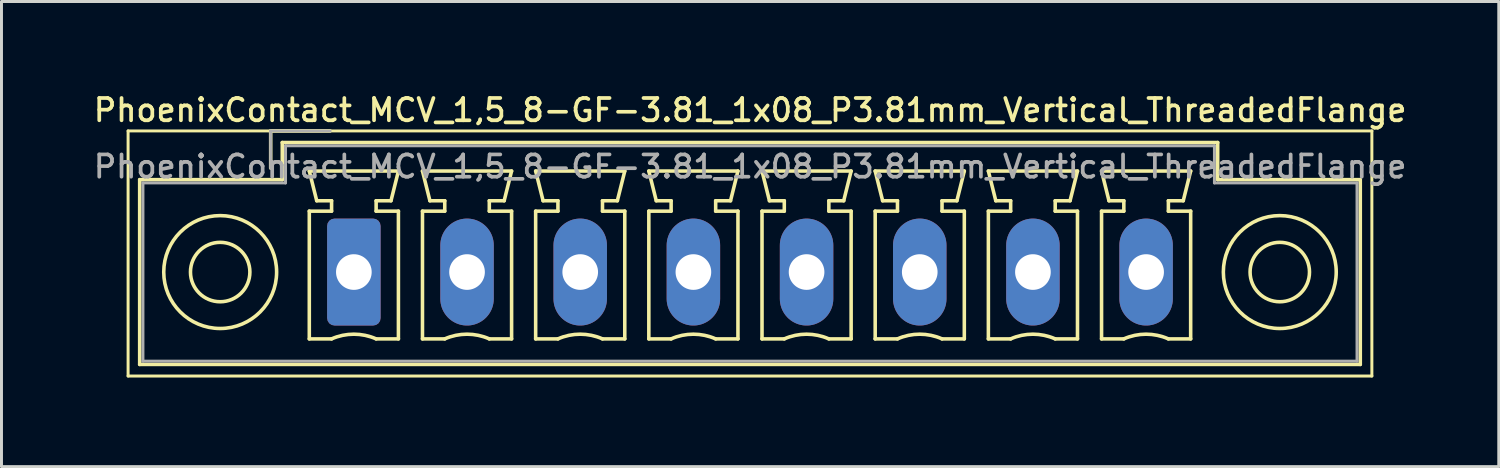
<source format=kicad_pcb>
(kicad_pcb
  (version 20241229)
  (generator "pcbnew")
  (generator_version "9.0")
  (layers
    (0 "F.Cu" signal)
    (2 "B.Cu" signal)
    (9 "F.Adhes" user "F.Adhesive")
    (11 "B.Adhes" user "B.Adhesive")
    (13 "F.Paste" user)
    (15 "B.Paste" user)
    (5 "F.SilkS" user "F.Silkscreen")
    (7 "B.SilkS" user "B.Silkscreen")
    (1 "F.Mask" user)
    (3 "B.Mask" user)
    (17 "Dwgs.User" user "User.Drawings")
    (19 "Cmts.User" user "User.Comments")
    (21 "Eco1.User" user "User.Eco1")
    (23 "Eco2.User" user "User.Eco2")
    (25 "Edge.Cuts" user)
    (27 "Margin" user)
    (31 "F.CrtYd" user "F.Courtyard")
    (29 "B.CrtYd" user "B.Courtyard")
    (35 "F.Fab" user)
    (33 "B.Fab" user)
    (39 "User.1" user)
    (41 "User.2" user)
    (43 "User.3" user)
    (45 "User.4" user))
  (footprint "PhoenixContact_MCV_1,5_8-GF-3.81_1x08_P3.81mm_Vertical_ThreadedFlange"
    (layer "F.Cu")
    (at 8.862 6.108)
    (property "Reference" "PhoenixContact_MCV_1,5_8-GF-3.81_1x08_P3.81mm_Vertical_ThreadedFlange" (at 13.34 -5.45 0) (layer "F.SilkS") (effects (font (size 0.75 0.75) (thickness 0.125))))
    (attr through_hole)
    (fp_line (start -7.6 -4.75) (end -7.6 3.5) (stroke (width 0.1) (type solid)) (layer "F.SilkS"))
    (fp_line (start -7.6 3.5) (end 34.27 3.5) (stroke (width 0.1) (type solid)) (layer "F.SilkS"))
    (fp_line (start -7.21 -3.11) (end -7.21 3.11) (stroke (width 0.12) (type solid)) (layer "F.SilkS"))
    (fp_line (start -7.21 3.11) (end 33.88 3.11) (stroke (width 0.12) (type solid)) (layer "F.SilkS"))
    (fp_line (start -2.8 -4.75) (end -0.8 -4.75) (stroke (width 0.12) (type solid)) (layer "F.SilkS"))
    (fp_line (start -2.8 -3.5) (end -2.8 -4.75) (stroke (width 0.12) (type solid)) (layer "F.SilkS"))
    (fp_line (start -2.41 -4.36) (end -2.41 -3.11) (stroke (width 0.12) (type solid)) (layer "F.SilkS"))
    (fp_line (start -2.41 -3.11) (end -7.21 -3.11) (stroke (width 0.12) (type solid)) (layer "F.SilkS"))
    (fp_line (start -1.5 -3.4) (end 1.5 -3.4) (stroke (width 0.12) (type solid)) (layer "F.SilkS"))
    (fp_line (start -1.5 -2.05) (end -0.75 -2.05) (stroke (width 0.12) (type solid)) (layer "F.SilkS"))
    (fp_line (start -1.5 2.25) (end -1.5 -2.05) (stroke (width 0.12) (type solid)) (layer "F.SilkS"))
    (fp_line (start -1.25 -2.4) (end -1.5 -3.4) (stroke (width 0.12) (type solid)) (layer "F.SilkS"))
    (fp_line (start -0.75 -2.4) (end -1.25 -2.4) (stroke (width 0.12) (type solid)) (layer "F.SilkS"))
    (fp_line (start -0.75 -2.05) (end -0.75 -2.4) (stroke (width 0.12) (type solid)) (layer "F.SilkS"))
    (fp_line (start -0.75 2.25) (end -1.5 2.25) (stroke (width 0.12) (type solid)) (layer "F.SilkS"))
    (fp_line (start 0.75 -2.4) (end 0.75 -2.05) (stroke (width 0.12) (type solid)) (layer "F.SilkS"))
    (fp_line (start 0.75 -2.05) (end 1.5 -2.05) (stroke (width 0.12) (type solid)) (layer "F.SilkS"))
    (fp_line (start 1.25 -2.4) (end 0.75 -2.4) (stroke (width 0.12) (type solid)) (layer "F.SilkS"))
    (fp_line (start 1.5 -3.4) (end 1.25 -2.4) (stroke (width 0.12) (type solid)) (layer "F.SilkS"))
    (fp_line (start 1.5 -2.05) (end 1.5 2.25) (stroke (width 0.12) (type solid)) (layer "F.SilkS"))
    (fp_line (start 1.5 2.25) (end 0.75 2.25) (stroke (width 0.12) (type solid)) (layer "F.SilkS"))
    (fp_line (start 2.31 -3.4) (end 5.31 -3.4) (stroke (width 0.12) (type solid)) (layer "F.SilkS"))
    (fp_line (start 2.31 -2.05) (end 3.06 -2.05) (stroke (width 0.12) (type solid)) (layer "F.SilkS"))
    (fp_line (start 2.31 2.25) (end 2.31 -2.05) (stroke (width 0.12) (type solid)) (layer "F.SilkS"))
    (fp_line (start 2.56 -2.4) (end 2.31 -3.4) (stroke (width 0.12) (type solid)) (layer "F.SilkS"))
    (fp_line (start 3.06 -2.4) (end 2.56 -2.4) (stroke (width 0.12) (type solid)) (layer "F.SilkS"))
    (fp_line (start 3.06 -2.05) (end 3.06 -2.4) (stroke (width 0.12) (type solid)) (layer "F.SilkS"))
    (fp_line (start 3.06 2.25) (end 2.31 2.25) (stroke (width 0.12) (type solid)) (layer "F.SilkS"))
    (fp_line (start 4.56 -2.4) (end 4.56 -2.05) (stroke (width 0.12) (type solid)) (layer "F.SilkS"))
    (fp_line (start 4.56 -2.05) (end 5.31 -2.05) (stroke (width 0.12) (type solid)) (layer "F.SilkS"))
    (fp_line (start 5.06 -2.4) (end 4.56 -2.4) (stroke (width 0.12) (type solid)) (layer "F.SilkS"))
    (fp_line (start 5.31 -3.4) (end 5.06 -2.4) (stroke (width 0.12) (type solid)) (layer "F.SilkS"))
    (fp_line (start 5.31 -2.05) (end 5.31 2.25) (stroke (width 0.12) (type solid)) (layer "F.SilkS"))
    (fp_line (start 5.31 2.25) (end 4.56 2.25) (stroke (width 0.12) (type solid)) (layer "F.SilkS"))
    (fp_line (start 6.12 -3.4) (end 9.12 -3.4) (stroke (width 0.12) (type solid)) (layer "F.SilkS"))
    (fp_line (start 6.12 -2.05) (end 6.87 -2.05) (stroke (width 0.12) (type solid)) (layer "F.SilkS"))
    (fp_line (start 6.12 2.25) (end 6.12 -2.05) (stroke (width 0.12) (type solid)) (layer "F.SilkS"))
    (fp_line (start 6.37 -2.4) (end 6.12 -3.4) (stroke (width 0.12) (type solid)) (layer "F.SilkS"))
    (fp_line (start 6.87 -2.4) (end 6.37 -2.4) (stroke (width 0.12) (type solid)) (layer "F.SilkS"))
    (fp_line (start 6.87 -2.05) (end 6.87 -2.4) (stroke (width 0.12) (type solid)) (layer "F.SilkS"))
    (fp_line (start 6.87 2.25) (end 6.12 2.25) (stroke (width 0.12) (type solid)) (layer "F.SilkS"))
    (fp_line (start 8.37 -2.4) (end 8.37 -2.05) (stroke (width 0.12) (type solid)) (layer "F.SilkS"))
    (fp_line (start 8.37 -2.05) (end 9.12 -2.05) (stroke (width 0.12) (type solid)) (layer "F.SilkS"))
    (fp_line (start 8.87 -2.4) (end 8.37 -2.4) (stroke (width 0.12) (type solid)) (layer "F.SilkS"))
    (fp_line (start 9.12 -3.4) (end 8.87 -2.4) (stroke (width 0.12) (type solid)) (layer "F.SilkS"))
    (fp_line (start 9.12 -2.05) (end 9.12 2.25) (stroke (width 0.12) (type solid)) (layer "F.SilkS"))
    (fp_line (start 9.12 2.25) (end 8.37 2.25) (stroke (width 0.12) (type solid)) (layer "F.SilkS"))
    (fp_line (start 9.93 -3.4) (end 12.93 -3.4) (stroke (width 0.12) (type solid)) (layer "F.SilkS"))
    (fp_line (start 9.93 -2.05) (end 10.68 -2.05) (stroke (width 0.12) (type solid)) (layer "F.SilkS"))
    (fp_line (start 9.93 2.25) (end 9.93 -2.05) (stroke (width 0.12) (type solid)) (layer "F.SilkS"))
    (fp_line (start 10.18 -2.4) (end 9.93 -3.4) (stroke (width 0.12) (type solid)) (layer "F.SilkS"))
    (fp_line (start 10.68 -2.4) (end 10.18 -2.4) (stroke (width 0.12) (type solid)) (layer "F.SilkS"))
    (fp_line (start 10.68 -2.05) (end 10.68 -2.4) (stroke (width 0.12) (type solid)) (layer "F.SilkS"))
    (fp_line (start 10.68 2.25) (end 9.93 2.25) (stroke (width 0.12) (type solid)) (layer "F.SilkS"))
    (fp_line (start 12.18 -2.4) (end 12.18 -2.05) (stroke (width 0.12) (type solid)) (layer "F.SilkS"))
    (fp_line (start 12.18 -2.05) (end 12.93 -2.05) (stroke (width 0.12) (type solid)) (layer "F.SilkS"))
    (fp_line (start 12.68 -2.4) (end 12.18 -2.4) (stroke (width 0.12) (type solid)) (layer "F.SilkS"))
    (fp_line (start 12.93 -3.4) (end 12.68 -2.4) (stroke (width 0.12) (type solid)) (layer "F.SilkS"))
    (fp_line (start 12.93 -2.05) (end 12.93 2.25) (stroke (width 0.12) (type solid)) (layer "F.SilkS"))
    (fp_line (start 12.93 2.25) (end 12.18 2.25) (stroke (width 0.12) (type solid)) (layer "F.SilkS"))
    (fp_line (start 13.74 -3.4) (end 16.74 -3.4) (stroke (width 0.12) (type solid)) (layer "F.SilkS"))
    (fp_line (start 13.74 -2.05) (end 14.49 -2.05) (stroke (width 0.12) (type solid)) (layer "F.SilkS"))
    (fp_line (start 13.74 2.25) (end 13.74 -2.05) (stroke (width 0.12) (type solid)) (layer "F.SilkS"))
    (fp_line (start 13.99 -2.4) (end 13.74 -3.4) (stroke (width 0.12) (type solid)) (layer "F.SilkS"))
    (fp_line (start 14.49 -2.4) (end 13.99 -2.4) (stroke (width 0.12) (type solid)) (layer "F.SilkS"))
    (fp_line (start 14.49 -2.05) (end 14.49 -2.4) (stroke (width 0.12) (type solid)) (layer "F.SilkS"))
    (fp_line (start 14.49 2.25) (end 13.74 2.25) (stroke (width 0.12) (type solid)) (layer "F.SilkS"))
    (fp_line (start 15.99 -2.4) (end 15.99 -2.05) (stroke (width 0.12) (type solid)) (layer "F.SilkS"))
    (fp_line (start 15.99 -2.05) (end 16.74 -2.05) (stroke (width 0.12) (type solid)) (layer "F.SilkS"))
    (fp_line (start 16.49 -2.4) (end 15.99 -2.4) (stroke (width 0.12) (type solid)) (layer "F.SilkS"))
    (fp_line (start 16.74 -3.4) (end 16.49 -2.4) (stroke (width 0.12) (type solid)) (layer "F.SilkS"))
    (fp_line (start 16.74 -2.05) (end 16.74 2.25) (stroke (width 0.12) (type solid)) (layer "F.SilkS"))
    (fp_line (start 16.74 2.25) (end 15.99 2.25) (stroke (width 0.12) (type solid)) (layer "F.SilkS"))
    (fp_line (start 17.55 -3.4) (end 20.55 -3.4) (stroke (width 0.12) (type solid)) (layer "F.SilkS"))
    (fp_line (start 17.55 -2.05) (end 18.3 -2.05) (stroke (width 0.12) (type solid)) (layer "F.SilkS"))
    (fp_line (start 17.55 2.25) (end 17.55 -2.05) (stroke (width 0.12) (type solid)) (layer "F.SilkS"))
    (fp_line (start 17.8 -2.4) (end 17.55 -3.4) (stroke (width 0.12) (type solid)) (layer "F.SilkS"))
    (fp_line (start 18.3 -2.4) (end 17.8 -2.4) (stroke (width 0.12) (type solid)) (layer "F.SilkS"))
    (fp_line (start 18.3 -2.05) (end 18.3 -2.4) (stroke (width 0.12) (type solid)) (layer "F.SilkS"))
    (fp_line (start 18.3 2.25) (end 17.55 2.25) (stroke (width 0.12) (type solid)) (layer "F.SilkS"))
    (fp_line (start 19.8 -2.4) (end 19.8 -2.05) (stroke (width 0.12) (type solid)) (layer "F.SilkS"))
    (fp_line (start 19.8 -2.05) (end 20.55 -2.05) (stroke (width 0.12) (type solid)) (layer "F.SilkS"))
    (fp_line (start 20.3 -2.4) (end 19.8 -2.4) (stroke (width 0.12) (type solid)) (layer "F.SilkS"))
    (fp_line (start 20.55 -3.4) (end 20.3 -2.4) (stroke (width 0.12) (type solid)) (layer "F.SilkS"))
    (fp_line (start 20.55 -2.05) (end 20.55 2.25) (stroke (width 0.12) (type solid)) (layer "F.SilkS"))
    (fp_line (start 20.55 2.25) (end 19.8 2.25) (stroke (width 0.12) (type solid)) (layer "F.SilkS"))
    (fp_line (start 21.36 -3.4) (end 24.36 -3.4) (stroke (width 0.12) (type solid)) (layer "F.SilkS"))
    (fp_line (start 21.36 -2.05) (end 22.11 -2.05) (stroke (width 0.12) (type solid)) (layer "F.SilkS"))
    (fp_line (start 21.36 2.25) (end 21.36 -2.05) (stroke (width 0.12) (type solid)) (layer "F.SilkS"))
    (fp_line (start 21.61 -2.4) (end 21.36 -3.4) (stroke (width 0.12) (type solid)) (layer "F.SilkS"))
    (fp_line (start 22.11 -2.4) (end 21.61 -2.4) (stroke (width 0.12) (type solid)) (layer "F.SilkS"))
    (fp_line (start 22.11 -2.05) (end 22.11 -2.4) (stroke (width 0.12) (type solid)) (layer "F.SilkS"))
    (fp_line (start 22.11 2.25) (end 21.36 2.25) (stroke (width 0.12) (type solid)) (layer "F.SilkS"))
    (fp_line (start 23.61 -2.4) (end 23.61 -2.05) (stroke (width 0.12) (type solid)) (layer "F.SilkS"))
    (fp_line (start 23.61 -2.05) (end 24.36 -2.05) (stroke (width 0.12) (type solid)) (layer "F.SilkS"))
    (fp_line (start 24.11 -2.4) (end 23.61 -2.4) (stroke (width 0.12) (type solid)) (layer "F.SilkS"))
    (fp_line (start 24.36 -3.4) (end 24.11 -2.4) (stroke (width 0.12) (type solid)) (layer "F.SilkS"))
    (fp_line (start 24.36 -2.05) (end 24.36 2.25) (stroke (width 0.12) (type solid)) (layer "F.SilkS"))
    (fp_line (start 24.36 2.25) (end 23.61 2.25) (stroke (width 0.12) (type solid)) (layer "F.SilkS"))
    (fp_line (start 25.17 -3.4) (end 28.17 -3.4) (stroke (width 0.12) (type solid)) (layer "F.SilkS"))
    (fp_line (start 25.17 -2.05) (end 25.92 -2.05) (stroke (width 0.12) (type solid)) (layer "F.SilkS"))
    (fp_line (start 25.17 2.25) (end 25.17 -2.05) (stroke (width 0.12) (type solid)) (layer "F.SilkS"))
    (fp_line (start 25.42 -2.4) (end 25.17 -3.4) (stroke (width 0.12) (type solid)) (layer "F.SilkS"))
    (fp_line (start 25.92 -2.4) (end 25.42 -2.4) (stroke (width 0.12) (type solid)) (layer "F.SilkS"))
    (fp_line (start 25.92 -2.05) (end 25.92 -2.4) (stroke (width 0.12) (type solid)) (layer "F.SilkS"))
    (fp_line (start 25.92 2.25) (end 25.17 2.25) (stroke (width 0.12) (type solid)) (layer "F.SilkS"))
    (fp_line (start 27.42 -2.4) (end 27.42 -2.05) (stroke (width 0.12) (type solid)) (layer "F.SilkS"))
    (fp_line (start 27.42 -2.05) (end 28.17 -2.05) (stroke (width 0.12) (type solid)) (layer "F.SilkS"))
    (fp_line (start 27.92 -2.4) (end 27.42 -2.4) (stroke (width 0.12) (type solid)) (layer "F.SilkS"))
    (fp_line (start 28.17 -3.4) (end 27.92 -2.4) (stroke (width 0.12) (type solid)) (layer "F.SilkS"))
    (fp_line (start 28.17 -2.05) (end 28.17 2.25) (stroke (width 0.12) (type solid)) (layer "F.SilkS"))
    (fp_line (start 28.17 2.25) (end 27.42 2.25) (stroke (width 0.12) (type solid)) (layer "F.SilkS"))
    (fp_line (start 29.08 -4.36) (end -2.41 -4.36) (stroke (width 0.12) (type solid)) (layer "F.SilkS"))
    (fp_line (start 29.08 -3.11) (end 29.08 -4.36) (stroke (width 0.12) (type solid)) (layer "F.SilkS"))
    (fp_line (start 33.88 -3.11) (end 29.08 -3.11) (stroke (width 0.12) (type solid)) (layer "F.SilkS"))
    (fp_line (start 33.88 3.11) (end 33.88 -3.11) (stroke (width 0.12) (type solid)) (layer "F.SilkS"))
    (fp_line (start 34.27 -4.75) (end -7.6 -4.75) (stroke (width 0.1) (type solid)) (layer "F.SilkS"))
    (fp_line (start 34.27 3.5) (end 34.27 -4.75) (stroke (width 0.1) (type solid)) (layer "F.SilkS"))
    (fp_arc (start -0.75 2.25) (mid -0.000193 2.09191) (end 0.749647 2.249844) (stroke (width 0.12) (type solid)) (layer "F.SilkS"))
    (fp_arc (start 3.06 2.25) (mid 3.809807 2.09191) (end 4.559647 2.249844) (stroke (width 0.12) (type solid)) (layer "F.SilkS"))
    (fp_arc (start 6.87 2.25) (mid 7.619807 2.09191) (end 8.369647 2.249844) (stroke (width 0.12) (type solid)) (layer "F.SilkS"))
    (fp_arc (start 10.68 2.25) (mid 11.429807 2.09191) (end 12.179647 2.249844) (stroke (width 0.12) (type solid)) (layer "F.SilkS"))
    (fp_arc (start 14.49 2.25) (mid 15.239807 2.09191) (end 15.989647 2.249844) (stroke (width 0.12) (type solid)) (layer "F.SilkS"))
    (fp_arc (start 18.3 2.25) (mid 19.049807 2.09191) (end 19.799647 2.249844) (stroke (width 0.12) (type solid)) (layer "F.SilkS"))
    (fp_arc (start 22.11 2.25) (mid 22.859807 2.09191) (end 23.609647 2.249844) (stroke (width 0.12) (type solid)) (layer "F.SilkS"))
    (fp_arc (start 25.92 2.25) (mid 26.669807 2.09191) (end 27.419647 2.249844) (stroke (width 0.12) (type solid)) (layer "F.SilkS"))
    (fp_circle (center -4.5 0) (end -3.5 0) (stroke (width 0.12) (type solid)) (fill no) (layer "F.SilkS"))
    (fp_circle (center -4.5 0) (end -2.6 0) (stroke (width 0.12) (type solid)) (fill no) (layer "F.SilkS"))
    (fp_circle (center 31.17 0) (end 32.17 0) (stroke (width 0.12) (type solid)) (fill no) (layer "F.SilkS"))
    (fp_circle (center 31.17 0) (end 33.07 0) (stroke (width 0.12) (type solid)) (fill no) (layer "F.SilkS"))
    (fp_line (start -7.1 -3) (end -7.1 3) (stroke (width 0.1) (type solid)) (layer "F.Fab"))
    (fp_line (start -7.1 3) (end 33.77 3) (stroke (width 0.1) (type solid)) (layer "F.Fab"))
    (fp_line (start -2.8 -4.75) (end -0.8 -4.75) (stroke (width 0.1) (type solid)) (layer "F.Fab"))
    (fp_line (start -2.8 -3.5) (end -2.8 -4.75) (stroke (width 0.1) (type solid)) (layer "F.Fab"))
    (fp_line (start -2.3 -4.25) (end -2.3 -3) (stroke (width 0.1) (type solid)) (layer "F.Fab"))
    (fp_line (start -2.3 -3) (end -7.1 -3) (stroke (width 0.1) (type solid)) (layer "F.Fab"))
    (fp_line (start 28.97 -4.25) (end -2.3 -4.25) (stroke (width 0.1) (type solid)) (layer "F.Fab"))
    (fp_line (start 28.97 -3) (end 28.97 -4.25) (stroke (width 0.1) (type solid)) (layer "F.Fab"))
    (fp_line (start 33.77 -3) (end 28.97 -3) (stroke (width 0.1) (type solid)) (layer "F.Fab"))
    (fp_line (start 33.77 3) (end 33.77 -3) (stroke (width 0.1) (type solid)) (layer "F.Fab"))
    (fp_text user "${REFERENCE}" (at 13.34 -3.55 0) (layer "F.Fab") (effects (font (size 0.75 0.75) (thickness 0.125))))
    (pad "1" thru_hole roundrect (at 0 0) (size 1.8 3.6) (drill 1.2) (layers "*.Cu" "*.Mask") (roundrect_rratio 0.139))
    (pad "2" thru_hole oval (at 3.81 0) (size 1.8 3.6) (drill 1.2) (layers "*.Cu" "*.Mask"))
    (pad "3" thru_hole oval (at 7.62 0) (size 1.8 3.6) (drill 1.2) (layers "*.Cu" "*.Mask"))
    (pad "4" thru_hole oval (at 11.43 0) (size 1.8 3.6) (drill 1.2) (layers "*.Cu" "*.Mask"))
    (pad "5" thru_hole oval (at 15.24 0) (size 1.8 3.6) (drill 1.2) (layers "*.Cu" "*.Mask"))
    (pad "6" thru_hole oval (at 19.05 0) (size 1.8 3.6) (drill 1.2) (layers "*.Cu" "*.Mask"))
    (pad "7" thru_hole oval (at 22.86 0) (size 1.8 3.6) (drill 1.2) (layers "*.Cu" "*.Mask"))
    (pad "8" thru_hole oval (at 26.67 0) (size 1.8 3.6) (drill 1.2) (layers "*.Cu" "*.Mask")))
  (gr_rect
    (start -3 -3)
    (end 47.404 12.658)
    (stroke (width 0.1) (type default))
    (fill no)
    (layer "Edge.Cuts")))
</source>
